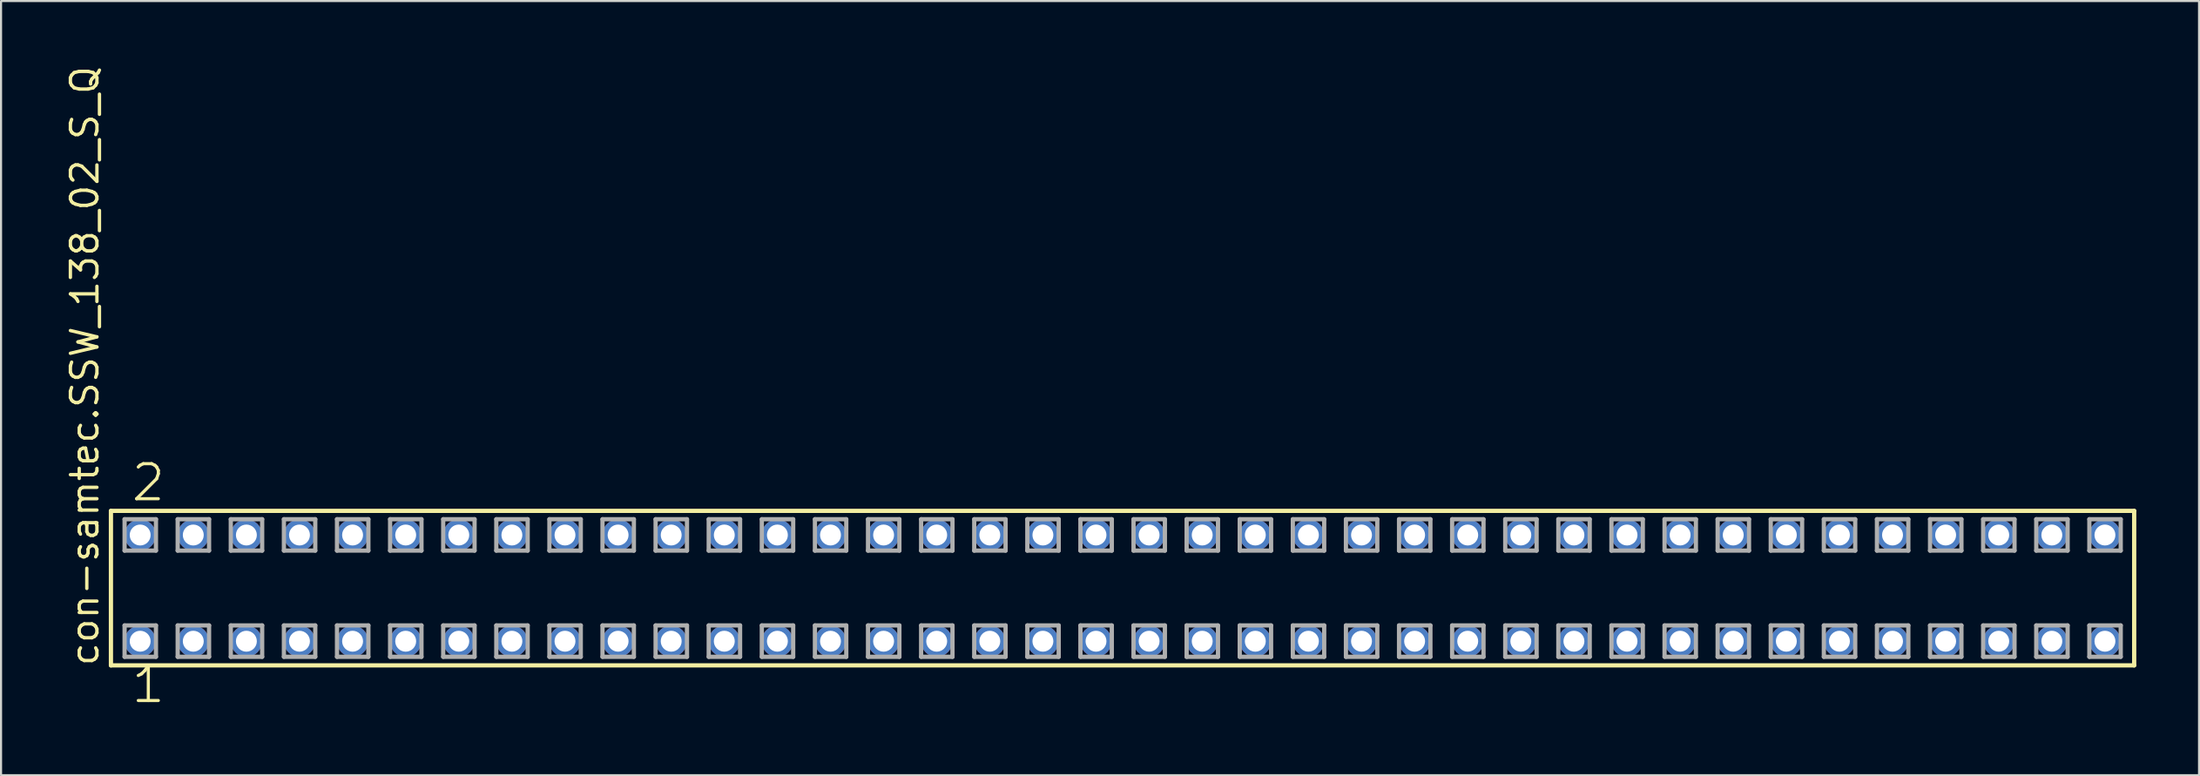
<source format=kicad_pcb>
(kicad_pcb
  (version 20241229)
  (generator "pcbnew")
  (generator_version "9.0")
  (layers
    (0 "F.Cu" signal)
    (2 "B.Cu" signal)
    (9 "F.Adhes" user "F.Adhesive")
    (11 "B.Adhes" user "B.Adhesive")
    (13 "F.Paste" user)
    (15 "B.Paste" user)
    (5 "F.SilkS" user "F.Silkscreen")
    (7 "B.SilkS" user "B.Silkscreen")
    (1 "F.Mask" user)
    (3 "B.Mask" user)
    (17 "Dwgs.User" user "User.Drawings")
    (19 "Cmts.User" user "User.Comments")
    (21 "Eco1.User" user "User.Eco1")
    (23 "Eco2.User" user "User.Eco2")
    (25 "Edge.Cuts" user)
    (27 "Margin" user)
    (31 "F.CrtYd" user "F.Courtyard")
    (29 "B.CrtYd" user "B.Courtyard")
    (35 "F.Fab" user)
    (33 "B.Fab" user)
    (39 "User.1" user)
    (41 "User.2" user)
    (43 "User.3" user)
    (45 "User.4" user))
  (footprint "con-samtec.SSW_138_02_S_Q"
    (layer "F.Cu")
    (at 50.645 25.082)
    (property "Reference" "con-samtec.SSW_138_02_S_Q" (at -48.895 3.81 90) (layer "F.SilkS") (effects (font (size 1.27 1.27) (thickness 0.16)) (justify left bottom)))
    (attr through_hole)
    (fp_line (start -48.389 -3.695) (end 48.389 -3.695) (stroke (width 0.203) (type default)) (layer "F.SilkS"))
    (fp_line (start -48.389 3.695) (end -48.389 -3.695) (stroke (width 0.203) (type default)) (layer "F.SilkS"))
    (fp_line (start 48.389 -3.695) (end 48.389 3.695) (stroke (width 0.203) (type default)) (layer "F.SilkS"))
    (fp_line (start 48.389 3.695) (end -48.389 3.695) (stroke (width 0.203) (type default)) (layer "F.SilkS"))
    (fp_line (start -47.735 -3.295) (end -46.235 -3.295) (stroke (width 0.203) (type default)) (layer "F.Fab"))
    (fp_line (start -47.735 -1.795) (end -47.735 -3.295) (stroke (width 0.203) (type default)) (layer "F.Fab"))
    (fp_line (start -47.735 1.785) (end -46.235 1.785) (stroke (width 0.203) (type default)) (layer "F.Fab"))
    (fp_line (start -47.735 3.285) (end -47.735 1.785) (stroke (width 0.203) (type default)) (layer "F.Fab"))
    (fp_line (start -46.235 -3.295) (end -46.235 -1.795) (stroke (width 0.203) (type default)) (layer "F.Fab"))
    (fp_line (start -46.235 -1.795) (end -47.735 -1.795) (stroke (width 0.203) (type default)) (layer "F.Fab"))
    (fp_line (start -46.235 1.785) (end -46.235 3.285) (stroke (width 0.203) (type default)) (layer "F.Fab"))
    (fp_line (start -46.235 3.285) (end -47.735 3.285) (stroke (width 0.203) (type default)) (layer "F.Fab"))
    (fp_line (start -45.195 -3.295) (end -43.695 -3.295) (stroke (width 0.203) (type default)) (layer "F.Fab"))
    (fp_line (start -45.195 -1.795) (end -45.195 -3.295) (stroke (width 0.203) (type default)) (layer "F.Fab"))
    (fp_line (start -45.195 1.785) (end -43.695 1.785) (stroke (width 0.203) (type default)) (layer "F.Fab"))
    (fp_line (start -45.195 3.285) (end -45.195 1.785) (stroke (width 0.203) (type default)) (layer "F.Fab"))
    (fp_line (start -43.695 -3.295) (end -43.695 -1.795) (stroke (width 0.203) (type default)) (layer "F.Fab"))
    (fp_line (start -43.695 -1.795) (end -45.195 -1.795) (stroke (width 0.203) (type default)) (layer "F.Fab"))
    (fp_line (start -43.695 1.785) (end -43.695 3.285) (stroke (width 0.203) (type default)) (layer "F.Fab"))
    (fp_line (start -43.695 3.285) (end -45.195 3.285) (stroke (width 0.203) (type default)) (layer "F.Fab"))
    (fp_line (start -42.655 -3.295) (end -41.155 -3.295) (stroke (width 0.203) (type default)) (layer "F.Fab"))
    (fp_line (start -42.655 -1.795) (end -42.655 -3.295) (stroke (width 0.203) (type default)) (layer "F.Fab"))
    (fp_line (start -42.655 1.785) (end -41.155 1.785) (stroke (width 0.203) (type default)) (layer "F.Fab"))
    (fp_line (start -42.655 3.285) (end -42.655 1.785) (stroke (width 0.203) (type default)) (layer "F.Fab"))
    (fp_line (start -41.155 -3.295) (end -41.155 -1.795) (stroke (width 0.203) (type default)) (layer "F.Fab"))
    (fp_line (start -41.155 -1.795) (end -42.655 -1.795) (stroke (width 0.203) (type default)) (layer "F.Fab"))
    (fp_line (start -41.155 1.785) (end -41.155 3.285) (stroke (width 0.203) (type default)) (layer "F.Fab"))
    (fp_line (start -41.155 3.285) (end -42.655 3.285) (stroke (width 0.203) (type default)) (layer "F.Fab"))
    (fp_line (start -40.115 -3.295) (end -38.615 -3.295) (stroke (width 0.203) (type default)) (layer "F.Fab"))
    (fp_line (start -40.115 -1.795) (end -40.115 -3.295) (stroke (width 0.203) (type default)) (layer "F.Fab"))
    (fp_line (start -40.115 1.785) (end -38.615 1.785) (stroke (width 0.203) (type default)) (layer "F.Fab"))
    (fp_line (start -40.115 3.285) (end -40.115 1.785) (stroke (width 0.203) (type default)) (layer "F.Fab"))
    (fp_line (start -38.615 -3.295) (end -38.615 -1.795) (stroke (width 0.203) (type default)) (layer "F.Fab"))
    (fp_line (start -38.615 -1.795) (end -40.115 -1.795) (stroke (width 0.203) (type default)) (layer "F.Fab"))
    (fp_line (start -38.615 1.785) (end -38.615 3.285) (stroke (width 0.203) (type default)) (layer "F.Fab"))
    (fp_line (start -38.615 3.285) (end -40.115 3.285) (stroke (width 0.203) (type default)) (layer "F.Fab"))
    (fp_line (start -37.575 -3.295) (end -36.075 -3.295) (stroke (width 0.203) (type default)) (layer "F.Fab"))
    (fp_line (start -37.575 -1.795) (end -37.575 -3.295) (stroke (width 0.203) (type default)) (layer "F.Fab"))
    (fp_line (start -37.575 1.785) (end -36.075 1.785) (stroke (width 0.203) (type default)) (layer "F.Fab"))
    (fp_line (start -37.575 3.285) (end -37.575 1.785) (stroke (width 0.203) (type default)) (layer "F.Fab"))
    (fp_line (start -36.075 -3.295) (end -36.075 -1.795) (stroke (width 0.203) (type default)) (layer "F.Fab"))
    (fp_line (start -36.075 -1.795) (end -37.575 -1.795) (stroke (width 0.203) (type default)) (layer "F.Fab"))
    (fp_line (start -36.075 1.785) (end -36.075 3.285) (stroke (width 0.203) (type default)) (layer "F.Fab"))
    (fp_line (start -36.075 3.285) (end -37.575 3.285) (stroke (width 0.203) (type default)) (layer "F.Fab"))
    (fp_line (start -35.035 -3.295) (end -33.535 -3.295) (stroke (width 0.203) (type default)) (layer "F.Fab"))
    (fp_line (start -35.035 -1.795) (end -35.035 -3.295) (stroke (width 0.203) (type default)) (layer "F.Fab"))
    (fp_line (start -35.035 1.785) (end -33.535 1.785) (stroke (width 0.203) (type default)) (layer "F.Fab"))
    (fp_line (start -35.035 3.285) (end -35.035 1.785) (stroke (width 0.203) (type default)) (layer "F.Fab"))
    (fp_line (start -33.535 -3.295) (end -33.535 -1.795) (stroke (width 0.203) (type default)) (layer "F.Fab"))
    (fp_line (start -33.535 -1.795) (end -35.035 -1.795) (stroke (width 0.203) (type default)) (layer "F.Fab"))
    (fp_line (start -33.535 1.785) (end -33.535 3.285) (stroke (width 0.203) (type default)) (layer "F.Fab"))
    (fp_line (start -33.535 3.285) (end -35.035 3.285) (stroke (width 0.203) (type default)) (layer "F.Fab"))
    (fp_line (start -32.495 -3.295) (end -30.995 -3.295) (stroke (width 0.203) (type default)) (layer "F.Fab"))
    (fp_line (start -32.495 -1.795) (end -32.495 -3.295) (stroke (width 0.203) (type default)) (layer "F.Fab"))
    (fp_line (start -32.495 1.785) (end -30.995 1.785) (stroke (width 0.203) (type default)) (layer "F.Fab"))
    (fp_line (start -32.495 3.285) (end -32.495 1.785) (stroke (width 0.203) (type default)) (layer "F.Fab"))
    (fp_line (start -30.995 -3.295) (end -30.995 -1.795) (stroke (width 0.203) (type default)) (layer "F.Fab"))
    (fp_line (start -30.995 -1.795) (end -32.495 -1.795) (stroke (width 0.203) (type default)) (layer "F.Fab"))
    (fp_line (start -30.995 1.785) (end -30.995 3.285) (stroke (width 0.203) (type default)) (layer "F.Fab"))
    (fp_line (start -30.995 3.285) (end -32.495 3.285) (stroke (width 0.203) (type default)) (layer "F.Fab"))
    (fp_line (start -29.955 -3.295) (end -28.455 -3.295) (stroke (width 0.203) (type default)) (layer "F.Fab"))
    (fp_line (start -29.955 -1.795) (end -29.955 -3.295) (stroke (width 0.203) (type default)) (layer "F.Fab"))
    (fp_line (start -29.955 1.785) (end -28.455 1.785) (stroke (width 0.203) (type default)) (layer "F.Fab"))
    (fp_line (start -29.955 3.285) (end -29.955 1.785) (stroke (width 0.203) (type default)) (layer "F.Fab"))
    (fp_line (start -28.455 -3.295) (end -28.455 -1.795) (stroke (width 0.203) (type default)) (layer "F.Fab"))
    (fp_line (start -28.455 -1.795) (end -29.955 -1.795) (stroke (width 0.203) (type default)) (layer "F.Fab"))
    (fp_line (start -28.455 1.785) (end -28.455 3.285) (stroke (width 0.203) (type default)) (layer "F.Fab"))
    (fp_line (start -28.455 3.285) (end -29.955 3.285) (stroke (width 0.203) (type default)) (layer "F.Fab"))
    (fp_line (start -27.415 -3.295) (end -25.915 -3.295) (stroke (width 0.203) (type default)) (layer "F.Fab"))
    (fp_line (start -27.415 -1.795) (end -27.415 -3.295) (stroke (width 0.203) (type default)) (layer "F.Fab"))
    (fp_line (start -27.415 1.785) (end -25.915 1.785) (stroke (width 0.203) (type default)) (layer "F.Fab"))
    (fp_line (start -27.415 3.285) (end -27.415 1.785) (stroke (width 0.203) (type default)) (layer "F.Fab"))
    (fp_line (start -25.915 -3.295) (end -25.915 -1.795) (stroke (width 0.203) (type default)) (layer "F.Fab"))
    (fp_line (start -25.915 -1.795) (end -27.415 -1.795) (stroke (width 0.203) (type default)) (layer "F.Fab"))
    (fp_line (start -25.915 1.785) (end -25.915 3.285) (stroke (width 0.203) (type default)) (layer "F.Fab"))
    (fp_line (start -25.915 3.285) (end -27.415 3.285) (stroke (width 0.203) (type default)) (layer "F.Fab"))
    (fp_line (start -24.875 -3.295) (end -23.375 -3.295) (stroke (width 0.203) (type default)) (layer "F.Fab"))
    (fp_line (start -24.875 -1.795) (end -24.875 -3.295) (stroke (width 0.203) (type default)) (layer "F.Fab"))
    (fp_line (start -24.875 1.785) (end -23.375 1.785) (stroke (width 0.203) (type default)) (layer "F.Fab"))
    (fp_line (start -24.875 3.285) (end -24.875 1.785) (stroke (width 0.203) (type default)) (layer "F.Fab"))
    (fp_line (start -23.375 -3.295) (end -23.375 -1.795) (stroke (width 0.203) (type default)) (layer "F.Fab"))
    (fp_line (start -23.375 -1.795) (end -24.875 -1.795) (stroke (width 0.203) (type default)) (layer "F.Fab"))
    (fp_line (start -23.375 1.785) (end -23.375 3.285) (stroke (width 0.203) (type default)) (layer "F.Fab"))
    (fp_line (start -23.375 3.285) (end -24.875 3.285) (stroke (width 0.203) (type default)) (layer "F.Fab"))
    (fp_line (start -22.335 -3.295) (end -20.835 -3.295) (stroke (width 0.203) (type default)) (layer "F.Fab"))
    (fp_line (start -22.335 -1.795) (end -22.335 -3.295) (stroke (width 0.203) (type default)) (layer "F.Fab"))
    (fp_line (start -22.335 1.785) (end -20.835 1.785) (stroke (width 0.203) (type default)) (layer "F.Fab"))
    (fp_line (start -22.335 3.285) (end -22.335 1.785) (stroke (width 0.203) (type default)) (layer "F.Fab"))
    (fp_line (start -20.835 -3.295) (end -20.835 -1.795) (stroke (width 0.203) (type default)) (layer "F.Fab"))
    (fp_line (start -20.835 -1.795) (end -22.335 -1.795) (stroke (width 0.203) (type default)) (layer "F.Fab"))
    (fp_line (start -20.835 1.785) (end -20.835 3.285) (stroke (width 0.203) (type default)) (layer "F.Fab"))
    (fp_line (start -20.835 3.285) (end -22.335 3.285) (stroke (width 0.203) (type default)) (layer "F.Fab"))
    (fp_line (start -19.795 -3.295) (end -18.295 -3.295) (stroke (width 0.203) (type default)) (layer "F.Fab"))
    (fp_line (start -19.795 -1.795) (end -19.795 -3.295) (stroke (width 0.203) (type default)) (layer "F.Fab"))
    (fp_line (start -19.795 1.785) (end -18.295 1.785) (stroke (width 0.203) (type default)) (layer "F.Fab"))
    (fp_line (start -19.795 3.285) (end -19.795 1.785) (stroke (width 0.203) (type default)) (layer "F.Fab"))
    (fp_line (start -18.295 -3.295) (end -18.295 -1.795) (stroke (width 0.203) (type default)) (layer "F.Fab"))
    (fp_line (start -18.295 -1.795) (end -19.795 -1.795) (stroke (width 0.203) (type default)) (layer "F.Fab"))
    (fp_line (start -18.295 1.785) (end -18.295 3.285) (stroke (width 0.203) (type default)) (layer "F.Fab"))
    (fp_line (start -18.295 3.285) (end -19.795 3.285) (stroke (width 0.203) (type default)) (layer "F.Fab"))
    (fp_line (start -17.255 -3.295) (end -15.755 -3.295) (stroke (width 0.203) (type default)) (layer "F.Fab"))
    (fp_line (start -17.255 -1.795) (end -17.255 -3.295) (stroke (width 0.203) (type default)) (layer "F.Fab"))
    (fp_line (start -17.255 1.785) (end -15.755 1.785) (stroke (width 0.203) (type default)) (layer "F.Fab"))
    (fp_line (start -17.255 3.285) (end -17.255 1.785) (stroke (width 0.203) (type default)) (layer "F.Fab"))
    (fp_line (start -15.755 -3.295) (end -15.755 -1.795) (stroke (width 0.203) (type default)) (layer "F.Fab"))
    (fp_line (start -15.755 -1.795) (end -17.255 -1.795) (stroke (width 0.203) (type default)) (layer "F.Fab"))
    (fp_line (start -15.755 1.785) (end -15.755 3.285) (stroke (width 0.203) (type default)) (layer "F.Fab"))
    (fp_line (start -15.755 3.285) (end -17.255 3.285) (stroke (width 0.203) (type default)) (layer "F.Fab"))
    (fp_line (start -14.715 -3.295) (end -13.215 -3.295) (stroke (width 0.203) (type default)) (layer "F.Fab"))
    (fp_line (start -14.715 -1.795) (end -14.715 -3.295) (stroke (width 0.203) (type default)) (layer "F.Fab"))
    (fp_line (start -14.715 1.785) (end -13.215 1.785) (stroke (width 0.203) (type default)) (layer "F.Fab"))
    (fp_line (start -14.715 3.285) (end -14.715 1.785) (stroke (width 0.203) (type default)) (layer "F.Fab"))
    (fp_line (start -13.215 -3.295) (end -13.215 -1.795) (stroke (width 0.203) (type default)) (layer "F.Fab"))
    (fp_line (start -13.215 -1.795) (end -14.715 -1.795) (stroke (width 0.203) (type default)) (layer "F.Fab"))
    (fp_line (start -13.215 1.785) (end -13.215 3.285) (stroke (width 0.203) (type default)) (layer "F.Fab"))
    (fp_line (start -13.215 3.285) (end -14.715 3.285) (stroke (width 0.203) (type default)) (layer "F.Fab"))
    (fp_line (start -12.175 -3.295) (end -10.675 -3.295) (stroke (width 0.203) (type default)) (layer "F.Fab"))
    (fp_line (start -12.175 -1.795) (end -12.175 -3.295) (stroke (width 0.203) (type default)) (layer "F.Fab"))
    (fp_line (start -12.175 1.785) (end -10.675 1.785) (stroke (width 0.203) (type default)) (layer "F.Fab"))
    (fp_line (start -12.175 3.285) (end -12.175 1.785) (stroke (width 0.203) (type default)) (layer "F.Fab"))
    (fp_line (start -10.675 -3.295) (end -10.675 -1.795) (stroke (width 0.203) (type default)) (layer "F.Fab"))
    (fp_line (start -10.675 -1.795) (end -12.175 -1.795) (stroke (width 0.203) (type default)) (layer "F.Fab"))
    (fp_line (start -10.675 1.785) (end -10.675 3.285) (stroke (width 0.203) (type default)) (layer "F.Fab"))
    (fp_line (start -10.675 3.285) (end -12.175 3.285) (stroke (width 0.203) (type default)) (layer "F.Fab"))
    (fp_line (start -9.635 -3.295) (end -8.135 -3.295) (stroke (width 0.203) (type default)) (layer "F.Fab"))
    (fp_line (start -9.635 -1.795) (end -9.635 -3.295) (stroke (width 0.203) (type default)) (layer "F.Fab"))
    (fp_line (start -9.635 1.785) (end -8.135 1.785) (stroke (width 0.203) (type default)) (layer "F.Fab"))
    (fp_line (start -9.635 3.285) (end -9.635 1.785) (stroke (width 0.203) (type default)) (layer "F.Fab"))
    (fp_line (start -8.135 -3.295) (end -8.135 -1.795) (stroke (width 0.203) (type default)) (layer "F.Fab"))
    (fp_line (start -8.135 -1.795) (end -9.635 -1.795) (stroke (width 0.203) (type default)) (layer "F.Fab"))
    (fp_line (start -8.135 1.785) (end -8.135 3.285) (stroke (width 0.203) (type default)) (layer "F.Fab"))
    (fp_line (start -8.135 3.285) (end -9.635 3.285) (stroke (width 0.203) (type default)) (layer "F.Fab"))
    (fp_line (start -7.095 -3.295) (end -5.595 -3.295) (stroke (width 0.203) (type default)) (layer "F.Fab"))
    (fp_line (start -7.095 -1.795) (end -7.095 -3.295) (stroke (width 0.203) (type default)) (layer "F.Fab"))
    (fp_line (start -7.095 1.785) (end -5.595 1.785) (stroke (width 0.203) (type default)) (layer "F.Fab"))
    (fp_line (start -7.095 3.285) (end -7.095 1.785) (stroke (width 0.203) (type default)) (layer "F.Fab"))
    (fp_line (start -5.595 -3.295) (end -5.595 -1.795) (stroke (width 0.203) (type default)) (layer "F.Fab"))
    (fp_line (start -5.595 -1.795) (end -7.095 -1.795) (stroke (width 0.203) (type default)) (layer "F.Fab"))
    (fp_line (start -5.595 1.785) (end -5.595 3.285) (stroke (width 0.203) (type default)) (layer "F.Fab"))
    (fp_line (start -5.595 3.285) (end -7.095 3.285) (stroke (width 0.203) (type default)) (layer "F.Fab"))
    (fp_line (start -4.555 -3.295) (end -3.055 -3.295) (stroke (width 0.203) (type default)) (layer "F.Fab"))
    (fp_line (start -4.555 -1.795) (end -4.555 -3.295) (stroke (width 0.203) (type default)) (layer "F.Fab"))
    (fp_line (start -4.555 1.785) (end -3.055 1.785) (stroke (width 0.203) (type default)) (layer "F.Fab"))
    (fp_line (start -4.555 3.285) (end -4.555 1.785) (stroke (width 0.203) (type default)) (layer "F.Fab"))
    (fp_line (start -3.055 -3.295) (end -3.055 -1.795) (stroke (width 0.203) (type default)) (layer "F.Fab"))
    (fp_line (start -3.055 -1.795) (end -4.555 -1.795) (stroke (width 0.203) (type default)) (layer "F.Fab"))
    (fp_line (start -3.055 1.785) (end -3.055 3.285) (stroke (width 0.203) (type default)) (layer "F.Fab"))
    (fp_line (start -3.055 3.285) (end -4.555 3.285) (stroke (width 0.203) (type default)) (layer "F.Fab"))
    (fp_line (start -2.015 -3.295) (end -0.515 -3.295) (stroke (width 0.203) (type default)) (layer "F.Fab"))
    (fp_line (start -2.015 -1.795) (end -2.015 -3.295) (stroke (width 0.203) (type default)) (layer "F.Fab"))
    (fp_line (start -2.015 1.785) (end -0.515 1.785) (stroke (width 0.203) (type default)) (layer "F.Fab"))
    (fp_line (start -2.015 3.285) (end -2.015 1.785) (stroke (width 0.203) (type default)) (layer "F.Fab"))
    (fp_line (start -0.515 -3.295) (end -0.515 -1.795) (stroke (width 0.203) (type default)) (layer "F.Fab"))
    (fp_line (start -0.515 -1.795) (end -2.015 -1.795) (stroke (width 0.203) (type default)) (layer "F.Fab"))
    (fp_line (start -0.515 1.785) (end -0.515 3.285) (stroke (width 0.203) (type default)) (layer "F.Fab"))
    (fp_line (start -0.515 3.285) (end -2.015 3.285) (stroke (width 0.203) (type default)) (layer "F.Fab"))
    (fp_line (start 0.525 -3.295) (end 2.025 -3.295) (stroke (width 0.203) (type default)) (layer "F.Fab"))
    (fp_line (start 0.525 -1.795) (end 0.525 -3.295) (stroke (width 0.203) (type default)) (layer "F.Fab"))
    (fp_line (start 0.525 1.785) (end 2.025 1.785) (stroke (width 0.203) (type default)) (layer "F.Fab"))
    (fp_line (start 0.525 3.285) (end 0.525 1.785) (stroke (width 0.203) (type default)) (layer "F.Fab"))
    (fp_line (start 2.025 -3.295) (end 2.025 -1.795) (stroke (width 0.203) (type default)) (layer "F.Fab"))
    (fp_line (start 2.025 -1.795) (end 0.525 -1.795) (stroke (width 0.203) (type default)) (layer "F.Fab"))
    (fp_line (start 2.025 1.785) (end 2.025 3.285) (stroke (width 0.203) (type default)) (layer "F.Fab"))
    (fp_line (start 2.025 3.285) (end 0.525 3.285) (stroke (width 0.203) (type default)) (layer "F.Fab"))
    (fp_line (start 3.065 -3.295) (end 4.565 -3.295) (stroke (width 0.203) (type default)) (layer "F.Fab"))
    (fp_line (start 3.065 -1.795) (end 3.065 -3.295) (stroke (width 0.203) (type default)) (layer "F.Fab"))
    (fp_line (start 3.065 1.785) (end 4.565 1.785) (stroke (width 0.203) (type default)) (layer "F.Fab"))
    (fp_line (start 3.065 3.285) (end 3.065 1.785) (stroke (width 0.203) (type default)) (layer "F.Fab"))
    (fp_line (start 4.565 -3.295) (end 4.565 -1.795) (stroke (width 0.203) (type default)) (layer "F.Fab"))
    (fp_line (start 4.565 -1.795) (end 3.065 -1.795) (stroke (width 0.203) (type default)) (layer "F.Fab"))
    (fp_line (start 4.565 1.785) (end 4.565 3.285) (stroke (width 0.203) (type default)) (layer "F.Fab"))
    (fp_line (start 4.565 3.285) (end 3.065 3.285) (stroke (width 0.203) (type default)) (layer "F.Fab"))
    (fp_line (start 5.605 -3.295) (end 7.105 -3.295) (stroke (width 0.203) (type default)) (layer "F.Fab"))
    (fp_line (start 5.605 -1.795) (end 5.605 -3.295) (stroke (width 0.203) (type default)) (layer "F.Fab"))
    (fp_line (start 5.605 1.785) (end 7.105 1.785) (stroke (width 0.203) (type default)) (layer "F.Fab"))
    (fp_line (start 5.605 3.285) (end 5.605 1.785) (stroke (width 0.203) (type default)) (layer "F.Fab"))
    (fp_line (start 7.105 -3.295) (end 7.105 -1.795) (stroke (width 0.203) (type default)) (layer "F.Fab"))
    (fp_line (start 7.105 -1.795) (end 5.605 -1.795) (stroke (width 0.203) (type default)) (layer "F.Fab"))
    (fp_line (start 7.105 1.785) (end 7.105 3.285) (stroke (width 0.203) (type default)) (layer "F.Fab"))
    (fp_line (start 7.105 3.285) (end 5.605 3.285) (stroke (width 0.203) (type default)) (layer "F.Fab"))
    (fp_line (start 8.145 -3.295) (end 9.645 -3.295) (stroke (width 0.203) (type default)) (layer "F.Fab"))
    (fp_line (start 8.145 -1.795) (end 8.145 -3.295) (stroke (width 0.203) (type default)) (layer "F.Fab"))
    (fp_line (start 8.145 1.785) (end 9.645 1.785) (stroke (width 0.203) (type default)) (layer "F.Fab"))
    (fp_line (start 8.145 3.285) (end 8.145 1.785) (stroke (width 0.203) (type default)) (layer "F.Fab"))
    (fp_line (start 9.645 -3.295) (end 9.645 -1.795) (stroke (width 0.203) (type default)) (layer "F.Fab"))
    (fp_line (start 9.645 -1.795) (end 8.145 -1.795) (stroke (width 0.203) (type default)) (layer "F.Fab"))
    (fp_line (start 9.645 1.785) (end 9.645 3.285) (stroke (width 0.203) (type default)) (layer "F.Fab"))
    (fp_line (start 9.645 3.285) (end 8.145 3.285) (stroke (width 0.203) (type default)) (layer "F.Fab"))
    (fp_line (start 10.685 -3.295) (end 12.185 -3.295) (stroke (width 0.203) (type default)) (layer "F.Fab"))
    (fp_line (start 10.685 -1.795) (end 10.685 -3.295) (stroke (width 0.203) (type default)) (layer "F.Fab"))
    (fp_line (start 10.685 1.785) (end 12.185 1.785) (stroke (width 0.203) (type default)) (layer "F.Fab"))
    (fp_line (start 10.685 3.285) (end 10.685 1.785) (stroke (width 0.203) (type default)) (layer "F.Fab"))
    (fp_line (start 12.185 -3.295) (end 12.185 -1.795) (stroke (width 0.203) (type default)) (layer "F.Fab"))
    (fp_line (start 12.185 -1.795) (end 10.685 -1.795) (stroke (width 0.203) (type default)) (layer "F.Fab"))
    (fp_line (start 12.185 1.785) (end 12.185 3.285) (stroke (width 0.203) (type default)) (layer "F.Fab"))
    (fp_line (start 12.185 3.285) (end 10.685 3.285) (stroke (width 0.203) (type default)) (layer "F.Fab"))
    (fp_line (start 13.225 -3.295) (end 14.725 -3.295) (stroke (width 0.203) (type default)) (layer "F.Fab"))
    (fp_line (start 13.225 -1.795) (end 13.225 -3.295) (stroke (width 0.203) (type default)) (layer "F.Fab"))
    (fp_line (start 13.225 1.785) (end 14.725 1.785) (stroke (width 0.203) (type default)) (layer "F.Fab"))
    (fp_line (start 13.225 3.285) (end 13.225 1.785) (stroke (width 0.203) (type default)) (layer "F.Fab"))
    (fp_line (start 14.725 -3.295) (end 14.725 -1.795) (stroke (width 0.203) (type default)) (layer "F.Fab"))
    (fp_line (start 14.725 -1.795) (end 13.225 -1.795) (stroke (width 0.203) (type default)) (layer "F.Fab"))
    (fp_line (start 14.725 1.785) (end 14.725 3.285) (stroke (width 0.203) (type default)) (layer "F.Fab"))
    (fp_line (start 14.725 3.285) (end 13.225 3.285) (stroke (width 0.203) (type default)) (layer "F.Fab"))
    (fp_line (start 15.765 -3.295) (end 17.265 -3.295) (stroke (width 0.203) (type default)) (layer "F.Fab"))
    (fp_line (start 15.765 -1.795) (end 15.765 -3.295) (stroke (width 0.203) (type default)) (layer "F.Fab"))
    (fp_line (start 15.765 1.785) (end 17.265 1.785) (stroke (width 0.203) (type default)) (layer "F.Fab"))
    (fp_line (start 15.765 3.285) (end 15.765 1.785) (stroke (width 0.203) (type default)) (layer "F.Fab"))
    (fp_line (start 17.265 -3.295) (end 17.265 -1.795) (stroke (width 0.203) (type default)) (layer "F.Fab"))
    (fp_line (start 17.265 -1.795) (end 15.765 -1.795) (stroke (width 0.203) (type default)) (layer "F.Fab"))
    (fp_line (start 17.265 1.785) (end 17.265 3.285) (stroke (width 0.203) (type default)) (layer "F.Fab"))
    (fp_line (start 17.265 3.285) (end 15.765 3.285) (stroke (width 0.203) (type default)) (layer "F.Fab"))
    (fp_line (start 18.305 -3.295) (end 19.805 -3.295) (stroke (width 0.203) (type default)) (layer "F.Fab"))
    (fp_line (start 18.305 -1.795) (end 18.305 -3.295) (stroke (width 0.203) (type default)) (layer "F.Fab"))
    (fp_line (start 18.305 1.785) (end 19.805 1.785) (stroke (width 0.203) (type default)) (layer "F.Fab"))
    (fp_line (start 18.305 3.285) (end 18.305 1.785) (stroke (width 0.203) (type default)) (layer "F.Fab"))
    (fp_line (start 19.805 -3.295) (end 19.805 -1.795) (stroke (width 0.203) (type default)) (layer "F.Fab"))
    (fp_line (start 19.805 -1.795) (end 18.305 -1.795) (stroke (width 0.203) (type default)) (layer "F.Fab"))
    (fp_line (start 19.805 1.785) (end 19.805 3.285) (stroke (width 0.203) (type default)) (layer "F.Fab"))
    (fp_line (start 19.805 3.285) (end 18.305 3.285) (stroke (width 0.203) (type default)) (layer "F.Fab"))
    (fp_line (start 20.845 -3.295) (end 22.345 -3.295) (stroke (width 0.203) (type default)) (layer "F.Fab"))
    (fp_line (start 20.845 -1.795) (end 20.845 -3.295) (stroke (width 0.203) (type default)) (layer "F.Fab"))
    (fp_line (start 20.845 1.785) (end 22.345 1.785) (stroke (width 0.203) (type default)) (layer "F.Fab"))
    (fp_line (start 20.845 3.285) (end 20.845 1.785) (stroke (width 0.203) (type default)) (layer "F.Fab"))
    (fp_line (start 22.345 -3.295) (end 22.345 -1.795) (stroke (width 0.203) (type default)) (layer "F.Fab"))
    (fp_line (start 22.345 -1.795) (end 20.845 -1.795) (stroke (width 0.203) (type default)) (layer "F.Fab"))
    (fp_line (start 22.345 1.785) (end 22.345 3.285) (stroke (width 0.203) (type default)) (layer "F.Fab"))
    (fp_line (start 22.345 3.285) (end 20.845 3.285) (stroke (width 0.203) (type default)) (layer "F.Fab"))
    (fp_line (start 23.385 -3.295) (end 24.885 -3.295) (stroke (width 0.203) (type default)) (layer "F.Fab"))
    (fp_line (start 23.385 -1.795) (end 23.385 -3.295) (stroke (width 0.203) (type default)) (layer "F.Fab"))
    (fp_line (start 23.385 1.785) (end 24.885 1.785) (stroke (width 0.203) (type default)) (layer "F.Fab"))
    (fp_line (start 23.385 3.285) (end 23.385 1.785) (stroke (width 0.203) (type default)) (layer "F.Fab"))
    (fp_line (start 24.885 -3.295) (end 24.885 -1.795) (stroke (width 0.203) (type default)) (layer "F.Fab"))
    (fp_line (start 24.885 -1.795) (end 23.385 -1.795) (stroke (width 0.203) (type default)) (layer "F.Fab"))
    (fp_line (start 24.885 1.785) (end 24.885 3.285) (stroke (width 0.203) (type default)) (layer "F.Fab"))
    (fp_line (start 24.885 3.285) (end 23.385 3.285) (stroke (width 0.203) (type default)) (layer "F.Fab"))
    (fp_line (start 25.925 -3.295) (end 27.425 -3.295) (stroke (width 0.203) (type default)) (layer "F.Fab"))
    (fp_line (start 25.925 -1.795) (end 25.925 -3.295) (stroke (width 0.203) (type default)) (layer "F.Fab"))
    (fp_line (start 25.925 1.785) (end 27.425 1.785) (stroke (width 0.203) (type default)) (layer "F.Fab"))
    (fp_line (start 25.925 3.285) (end 25.925 1.785) (stroke (width 0.203) (type default)) (layer "F.Fab"))
    (fp_line (start 27.425 -3.295) (end 27.425 -1.795) (stroke (width 0.203) (type default)) (layer "F.Fab"))
    (fp_line (start 27.425 -1.795) (end 25.925 -1.795) (stroke (width 0.203) (type default)) (layer "F.Fab"))
    (fp_line (start 27.425 1.785) (end 27.425 3.285) (stroke (width 0.203) (type default)) (layer "F.Fab"))
    (fp_line (start 27.425 3.285) (end 25.925 3.285) (stroke (width 0.203) (type default)) (layer "F.Fab"))
    (fp_line (start 28.465 -3.295) (end 29.965 -3.295) (stroke (width 0.203) (type default)) (layer "F.Fab"))
    (fp_line (start 28.465 -1.795) (end 28.465 -3.295) (stroke (width 0.203) (type default)) (layer "F.Fab"))
    (fp_line (start 28.465 1.785) (end 29.965 1.785) (stroke (width 0.203) (type default)) (layer "F.Fab"))
    (fp_line (start 28.465 3.285) (end 28.465 1.785) (stroke (width 0.203) (type default)) (layer "F.Fab"))
    (fp_line (start 29.965 -3.295) (end 29.965 -1.795) (stroke (width 0.203) (type default)) (layer "F.Fab"))
    (fp_line (start 29.965 -1.795) (end 28.465 -1.795) (stroke (width 0.203) (type default)) (layer "F.Fab"))
    (fp_line (start 29.965 1.785) (end 29.965 3.285) (stroke (width 0.203) (type default)) (layer "F.Fab"))
    (fp_line (start 29.965 3.285) (end 28.465 3.285) (stroke (width 0.203) (type default)) (layer "F.Fab"))
    (fp_line (start 31.005 -3.295) (end 32.505 -3.295) (stroke (width 0.203) (type default)) (layer "F.Fab"))
    (fp_line (start 31.005 -1.795) (end 31.005 -3.295) (stroke (width 0.203) (type default)) (layer "F.Fab"))
    (fp_line (start 31.005 1.785) (end 32.505 1.785) (stroke (width 0.203) (type default)) (layer "F.Fab"))
    (fp_line (start 31.005 3.285) (end 31.005 1.785) (stroke (width 0.203) (type default)) (layer "F.Fab"))
    (fp_line (start 32.505 -3.295) (end 32.505 -1.795) (stroke (width 0.203) (type default)) (layer "F.Fab"))
    (fp_line (start 32.505 -1.795) (end 31.005 -1.795) (stroke (width 0.203) (type default)) (layer "F.Fab"))
    (fp_line (start 32.505 1.785) (end 32.505 3.285) (stroke (width 0.203) (type default)) (layer "F.Fab"))
    (fp_line (start 32.505 3.285) (end 31.005 3.285) (stroke (width 0.203) (type default)) (layer "F.Fab"))
    (fp_line (start 33.545 -3.295) (end 35.045 -3.295) (stroke (width 0.203) (type default)) (layer "F.Fab"))
    (fp_line (start 33.545 -1.795) (end 33.545 -3.295) (stroke (width 0.203) (type default)) (layer "F.Fab"))
    (fp_line (start 33.545 1.785) (end 35.045 1.785) (stroke (width 0.203) (type default)) (layer "F.Fab"))
    (fp_line (start 33.545 3.285) (end 33.545 1.785) (stroke (width 0.203) (type default)) (layer "F.Fab"))
    (fp_line (start 35.045 -3.295) (end 35.045 -1.795) (stroke (width 0.203) (type default)) (layer "F.Fab"))
    (fp_line (start 35.045 -1.795) (end 33.545 -1.795) (stroke (width 0.203) (type default)) (layer "F.Fab"))
    (fp_line (start 35.045 1.785) (end 35.045 3.285) (stroke (width 0.203) (type default)) (layer "F.Fab"))
    (fp_line (start 35.045 3.285) (end 33.545 3.285) (stroke (width 0.203) (type default)) (layer "F.Fab"))
    (fp_line (start 36.085 -3.295) (end 37.585 -3.295) (stroke (width 0.203) (type default)) (layer "F.Fab"))
    (fp_line (start 36.085 -1.795) (end 36.085 -3.295) (stroke (width 0.203) (type default)) (layer "F.Fab"))
    (fp_line (start 36.085 1.785) (end 37.585 1.785) (stroke (width 0.203) (type default)) (layer "F.Fab"))
    (fp_line (start 36.085 3.285) (end 36.085 1.785) (stroke (width 0.203) (type default)) (layer "F.Fab"))
    (fp_line (start 37.585 -3.295) (end 37.585 -1.795) (stroke (width 0.203) (type default)) (layer "F.Fab"))
    (fp_line (start 37.585 -1.795) (end 36.085 -1.795) (stroke (width 0.203) (type default)) (layer "F.Fab"))
    (fp_line (start 37.585 1.785) (end 37.585 3.285) (stroke (width 0.203) (type default)) (layer "F.Fab"))
    (fp_line (start 37.585 3.285) (end 36.085 3.285) (stroke (width 0.203) (type default)) (layer "F.Fab"))
    (fp_line (start 38.625 -3.295) (end 40.125 -3.295) (stroke (width 0.203) (type default)) (layer "F.Fab"))
    (fp_line (start 38.625 -1.795) (end 38.625 -3.295) (stroke (width 0.203) (type default)) (layer "F.Fab"))
    (fp_line (start 38.625 1.785) (end 40.125 1.785) (stroke (width 0.203) (type default)) (layer "F.Fab"))
    (fp_line (start 38.625 3.285) (end 38.625 1.785) (stroke (width 0.203) (type default)) (layer "F.Fab"))
    (fp_line (start 40.125 -3.295) (end 40.125 -1.795) (stroke (width 0.203) (type default)) (layer "F.Fab"))
    (fp_line (start 40.125 -1.795) (end 38.625 -1.795) (stroke (width 0.203) (type default)) (layer "F.Fab"))
    (fp_line (start 40.125 1.785) (end 40.125 3.285) (stroke (width 0.203) (type default)) (layer "F.Fab"))
    (fp_line (start 40.125 3.285) (end 38.625 3.285) (stroke (width 0.203) (type default)) (layer "F.Fab"))
    (fp_line (start 41.165 -3.295) (end 42.665 -3.295) (stroke (width 0.203) (type default)) (layer "F.Fab"))
    (fp_line (start 41.165 -1.795) (end 41.165 -3.295) (stroke (width 0.203) (type default)) (layer "F.Fab"))
    (fp_line (start 41.165 1.785) (end 42.665 1.785) (stroke (width 0.203) (type default)) (layer "F.Fab"))
    (fp_line (start 41.165 3.285) (end 41.165 1.785) (stroke (width 0.203) (type default)) (layer "F.Fab"))
    (fp_line (start 42.665 -3.295) (end 42.665 -1.795) (stroke (width 0.203) (type default)) (layer "F.Fab"))
    (fp_line (start 42.665 -1.795) (end 41.165 -1.795) (stroke (width 0.203) (type default)) (layer "F.Fab"))
    (fp_line (start 42.665 1.785) (end 42.665 3.285) (stroke (width 0.203) (type default)) (layer "F.Fab"))
    (fp_line (start 42.665 3.285) (end 41.165 3.285) (stroke (width 0.203) (type default)) (layer "F.Fab"))
    (fp_line (start 43.705 -3.295) (end 45.205 -3.295) (stroke (width 0.203) (type default)) (layer "F.Fab"))
    (fp_line (start 43.705 -1.795) (end 43.705 -3.295) (stroke (width 0.203) (type default)) (layer "F.Fab"))
    (fp_line (start 43.705 1.785) (end 45.205 1.785) (stroke (width 0.203) (type default)) (layer "F.Fab"))
    (fp_line (start 43.705 3.285) (end 43.705 1.785) (stroke (width 0.203) (type default)) (layer "F.Fab"))
    (fp_line (start 45.205 -3.295) (end 45.205 -1.795) (stroke (width 0.203) (type default)) (layer "F.Fab"))
    (fp_line (start 45.205 -1.795) (end 43.705 -1.795) (stroke (width 0.203) (type default)) (layer "F.Fab"))
    (fp_line (start 45.205 1.785) (end 45.205 3.285) (stroke (width 0.203) (type default)) (layer "F.Fab"))
    (fp_line (start 45.205 3.285) (end 43.705 3.285) (stroke (width 0.203) (type default)) (layer "F.Fab"))
    (fp_line (start 46.245 -3.295) (end 47.745 -3.295) (stroke (width 0.203) (type default)) (layer "F.Fab"))
    (fp_line (start 46.245 -1.795) (end 46.245 -3.295) (stroke (width 0.203) (type default)) (layer "F.Fab"))
    (fp_line (start 46.245 1.785) (end 47.745 1.785) (stroke (width 0.203) (type default)) (layer "F.Fab"))
    (fp_line (start 46.245 3.285) (end 46.245 1.785) (stroke (width 0.203) (type default)) (layer "F.Fab"))
    (fp_line (start 47.745 -3.295) (end 47.745 -1.795) (stroke (width 0.203) (type default)) (layer "F.Fab"))
    (fp_line (start 47.745 -1.795) (end 46.245 -1.795) (stroke (width 0.203) (type default)) (layer "F.Fab"))
    (fp_line (start 47.745 1.785) (end 47.745 3.285) (stroke (width 0.203) (type default)) (layer "F.Fab"))
    (fp_line (start 47.745 3.285) (end 46.245 3.285) (stroke (width 0.203) (type default)) (layer "F.Fab"))
    (fp_text user "1" (at -47.498 5.588 0) (layer "F.SilkS") (effects (font (size 1.676 1.676) (thickness 0.15)) (justify left bottom)))
    (fp_text user "2" (at -47.498 -4.064 0) (layer "F.SilkS") (effects (font (size 1.676 1.676) (thickness 0.15)) (justify left bottom)))
    (pad "1" thru_hole circle (at -46.99 2.54) (size 1.5 1.5) (drill 1) (layers "*.Cu" "*.Mask"))
    (pad "2" thru_hole circle (at -46.99 -2.54) (size 1.5 1.5) (drill 1) (layers "*.Cu" "*.Mask"))
    (pad "3" thru_hole circle (at -44.45 2.54) (size 1.5 1.5) (drill 1) (layers "*.Cu" "*.Mask"))
    (pad "4" thru_hole circle (at -44.45 -2.54) (size 1.5 1.5) (drill 1) (layers "*.Cu" "*.Mask"))
    (pad "5" thru_hole circle (at -41.91 2.54) (size 1.5 1.5) (drill 1) (layers "*.Cu" "*.Mask"))
    (pad "6" thru_hole circle (at -41.91 -2.54) (size 1.5 1.5) (drill 1) (layers "*.Cu" "*.Mask"))
    (pad "7" thru_hole circle (at -39.37 2.54) (size 1.5 1.5) (drill 1) (layers "*.Cu" "*.Mask"))
    (pad "8" thru_hole circle (at -39.37 -2.54) (size 1.5 1.5) (drill 1) (layers "*.Cu" "*.Mask"))
    (pad "9" thru_hole circle (at -36.83 2.54) (size 1.5 1.5) (drill 1) (layers "*.Cu" "*.Mask"))
    (pad "10" thru_hole circle (at -36.83 -2.54) (size 1.5 1.5) (drill 1) (layers "*.Cu" "*.Mask"))
    (pad "11" thru_hole circle (at -34.29 2.54) (size 1.5 1.5) (drill 1) (layers "*.Cu" "*.Mask"))
    (pad "12" thru_hole circle (at -34.29 -2.54) (size 1.5 1.5) (drill 1) (layers "*.Cu" "*.Mask"))
    (pad "13" thru_hole circle (at -31.75 2.54) (size 1.5 1.5) (drill 1) (layers "*.Cu" "*.Mask"))
    (pad "14" thru_hole circle (at -31.75 -2.54) (size 1.5 1.5) (drill 1) (layers "*.Cu" "*.Mask"))
    (pad "15" thru_hole circle (at -29.21 2.54) (size 1.5 1.5) (drill 1) (layers "*.Cu" "*.Mask"))
    (pad "16" thru_hole circle (at -29.21 -2.54) (size 1.5 1.5) (drill 1) (layers "*.Cu" "*.Mask"))
    (pad "17" thru_hole circle (at -26.67 2.54) (size 1.5 1.5) (drill 1) (layers "*.Cu" "*.Mask"))
    (pad "18" thru_hole circle (at -26.67 -2.54) (size 1.5 1.5) (drill 1) (layers "*.Cu" "*.Mask"))
    (pad "19" thru_hole circle (at -24.13 2.54) (size 1.5 1.5) (drill 1) (layers "*.Cu" "*.Mask"))
    (pad "20" thru_hole circle (at -24.13 -2.54) (size 1.5 1.5) (drill 1) (layers "*.Cu" "*.Mask"))
    (pad "21" thru_hole circle (at -21.59 2.54) (size 1.5 1.5) (drill 1) (layers "*.Cu" "*.Mask"))
    (pad "22" thru_hole circle (at -21.59 -2.54) (size 1.5 1.5) (drill 1) (layers "*.Cu" "*.Mask"))
    (pad "23" thru_hole circle (at -19.05 2.54) (size 1.5 1.5) (drill 1) (layers "*.Cu" "*.Mask"))
    (pad "24" thru_hole circle (at -19.05 -2.54) (size 1.5 1.5) (drill 1) (layers "*.Cu" "*.Mask"))
    (pad "25" thru_hole circle (at -16.51 2.54) (size 1.5 1.5) (drill 1) (layers "*.Cu" "*.Mask"))
    (pad "26" thru_hole circle (at -16.51 -2.54) (size 1.5 1.5) (drill 1) (layers "*.Cu" "*.Mask"))
    (pad "27" thru_hole circle (at -13.97 2.54) (size 1.5 1.5) (drill 1) (layers "*.Cu" "*.Mask"))
    (pad "28" thru_hole circle (at -13.97 -2.54) (size 1.5 1.5) (drill 1) (layers "*.Cu" "*.Mask"))
    (pad "29" thru_hole circle (at -11.43 2.54) (size 1.5 1.5) (drill 1) (layers "*.Cu" "*.Mask"))
    (pad "30" thru_hole circle (at -11.43 -2.54) (size 1.5 1.5) (drill 1) (layers "*.Cu" "*.Mask"))
    (pad "31" thru_hole circle (at -8.89 2.54) (size 1.5 1.5) (drill 1) (layers "*.Cu" "*.Mask"))
    (pad "32" thru_hole circle (at -8.89 -2.54) (size 1.5 1.5) (drill 1) (layers "*.Cu" "*.Mask"))
    (pad "33" thru_hole circle (at -6.35 2.54) (size 1.5 1.5) (drill 1) (layers "*.Cu" "*.Mask"))
    (pad "34" thru_hole circle (at -6.35 -2.54) (size 1.5 1.5) (drill 1) (layers "*.Cu" "*.Mask"))
    (pad "35" thru_hole circle (at -3.81 2.54) (size 1.5 1.5) (drill 1) (layers "*.Cu" "*.Mask"))
    (pad "36" thru_hole circle (at -3.81 -2.54) (size 1.5 1.5) (drill 1) (layers "*.Cu" "*.Mask"))
    (pad "37" thru_hole circle (at -1.27 2.54) (size 1.5 1.5) (drill 1) (layers "*.Cu" "*.Mask"))
    (pad "38" thru_hole circle (at -1.27 -2.54) (size 1.5 1.5) (drill 1) (layers "*.Cu" "*.Mask"))
    (pad "39" thru_hole circle (at 1.27 2.54) (size 1.5 1.5) (drill 1) (layers "*.Cu" "*.Mask"))
    (pad "40" thru_hole circle (at 1.27 -2.54) (size 1.5 1.5) (drill 1) (layers "*.Cu" "*.Mask"))
    (pad "41" thru_hole circle (at 3.81 2.54) (size 1.5 1.5) (drill 1) (layers "*.Cu" "*.Mask"))
    (pad "42" thru_hole circle (at 3.81 -2.54) (size 1.5 1.5) (drill 1) (layers "*.Cu" "*.Mask"))
    (pad "43" thru_hole circle (at 6.35 2.54) (size 1.5 1.5) (drill 1) (layers "*.Cu" "*.Mask"))
    (pad "44" thru_hole circle (at 6.35 -2.54) (size 1.5 1.5) (drill 1) (layers "*.Cu" "*.Mask"))
    (pad "45" thru_hole circle (at 8.89 2.54) (size 1.5 1.5) (drill 1) (layers "*.Cu" "*.Mask"))
    (pad "46" thru_hole circle (at 8.89 -2.54) (size 1.5 1.5) (drill 1) (layers "*.Cu" "*.Mask"))
    (pad "47" thru_hole circle (at 11.43 2.54) (size 1.5 1.5) (drill 1) (layers "*.Cu" "*.Mask"))
    (pad "48" thru_hole circle (at 11.43 -2.54) (size 1.5 1.5) (drill 1) (layers "*.Cu" "*.Mask"))
    (pad "49" thru_hole circle (at 13.97 2.54) (size 1.5 1.5) (drill 1) (layers "*.Cu" "*.Mask"))
    (pad "50" thru_hole circle (at 13.97 -2.54) (size 1.5 1.5) (drill 1) (layers "*.Cu" "*.Mask"))
    (pad "51" thru_hole circle (at 16.51 2.54) (size 1.5 1.5) (drill 1) (layers "*.Cu" "*.Mask"))
    (pad "52" thru_hole circle (at 16.51 -2.54) (size 1.5 1.5) (drill 1) (layers "*.Cu" "*.Mask"))
    (pad "53" thru_hole circle (at 19.05 2.54) (size 1.5 1.5) (drill 1) (layers "*.Cu" "*.Mask"))
    (pad "54" thru_hole circle (at 19.05 -2.54) (size 1.5 1.5) (drill 1) (layers "*.Cu" "*.Mask"))
    (pad "55" thru_hole circle (at 21.59 2.54) (size 1.5 1.5) (drill 1) (layers "*.Cu" "*.Mask"))
    (pad "56" thru_hole circle (at 21.59 -2.54) (size 1.5 1.5) (drill 1) (layers "*.Cu" "*.Mask"))
    (pad "57" thru_hole circle (at 24.13 2.54) (size 1.5 1.5) (drill 1) (layers "*.Cu" "*.Mask"))
    (pad "58" thru_hole circle (at 24.13 -2.54) (size 1.5 1.5) (drill 1) (layers "*.Cu" "*.Mask"))
    (pad "59" thru_hole circle (at 26.67 2.54) (size 1.5 1.5) (drill 1) (layers "*.Cu" "*.Mask"))
    (pad "60" thru_hole circle (at 26.67 -2.54) (size 1.5 1.5) (drill 1) (layers "*.Cu" "*.Mask"))
    (pad "61" thru_hole circle (at 29.21 2.54) (size 1.5 1.5) (drill 1) (layers "*.Cu" "*.Mask"))
    (pad "62" thru_hole circle (at 29.21 -2.54) (size 1.5 1.5) (drill 1) (layers "*.Cu" "*.Mask"))
    (pad "63" thru_hole circle (at 31.75 2.54) (size 1.5 1.5) (drill 1) (layers "*.Cu" "*.Mask"))
    (pad "64" thru_hole circle (at 31.75 -2.54) (size 1.5 1.5) (drill 1) (layers "*.Cu" "*.Mask"))
    (pad "65" thru_hole circle (at 34.29 2.54) (size 1.5 1.5) (drill 1) (layers "*.Cu" "*.Mask"))
    (pad "66" thru_hole circle (at 34.29 -2.54) (size 1.5 1.5) (drill 1) (layers "*.Cu" "*.Mask"))
    (pad "67" thru_hole circle (at 36.83 2.54) (size 1.5 1.5) (drill 1) (layers "*.Cu" "*.Mask"))
    (pad "68" thru_hole circle (at 36.83 -2.54) (size 1.5 1.5) (drill 1) (layers "*.Cu" "*.Mask"))
    (pad "69" thru_hole circle (at 39.37 2.54) (size 1.5 1.5) (drill 1) (layers "*.Cu" "*.Mask"))
    (pad "70" thru_hole circle (at 39.37 -2.54) (size 1.5 1.5) (drill 1) (layers "*.Cu" "*.Mask"))
    (pad "71" thru_hole circle (at 41.91 2.54) (size 1.5 1.5) (drill 1) (layers "*.Cu" "*.Mask"))
    (pad "72" thru_hole circle (at 41.91 -2.54) (size 1.5 1.5) (drill 1) (layers "*.Cu" "*.Mask"))
    (pad "73" thru_hole circle (at 44.45 2.54) (size 1.5 1.5) (drill 1) (layers "*.Cu" "*.Mask"))
    (pad "74" thru_hole circle (at 44.45 -2.54) (size 1.5 1.5) (drill 1) (layers "*.Cu" "*.Mask"))
    (pad "75" thru_hole circle (at 46.99 2.54) (size 1.5 1.5) (drill 1) (layers "*.Cu" "*.Mask"))
    (pad "76" thru_hole circle (at 46.99 -2.54) (size 1.5 1.5) (drill 1) (layers "*.Cu" "*.Mask")))
  (gr_rect
    (start -3 -3)
    (end 102.136 34.031)
    (stroke (width 0.1) (type default))
    (fill no)
    (layer "Edge.Cuts")))
</source>
